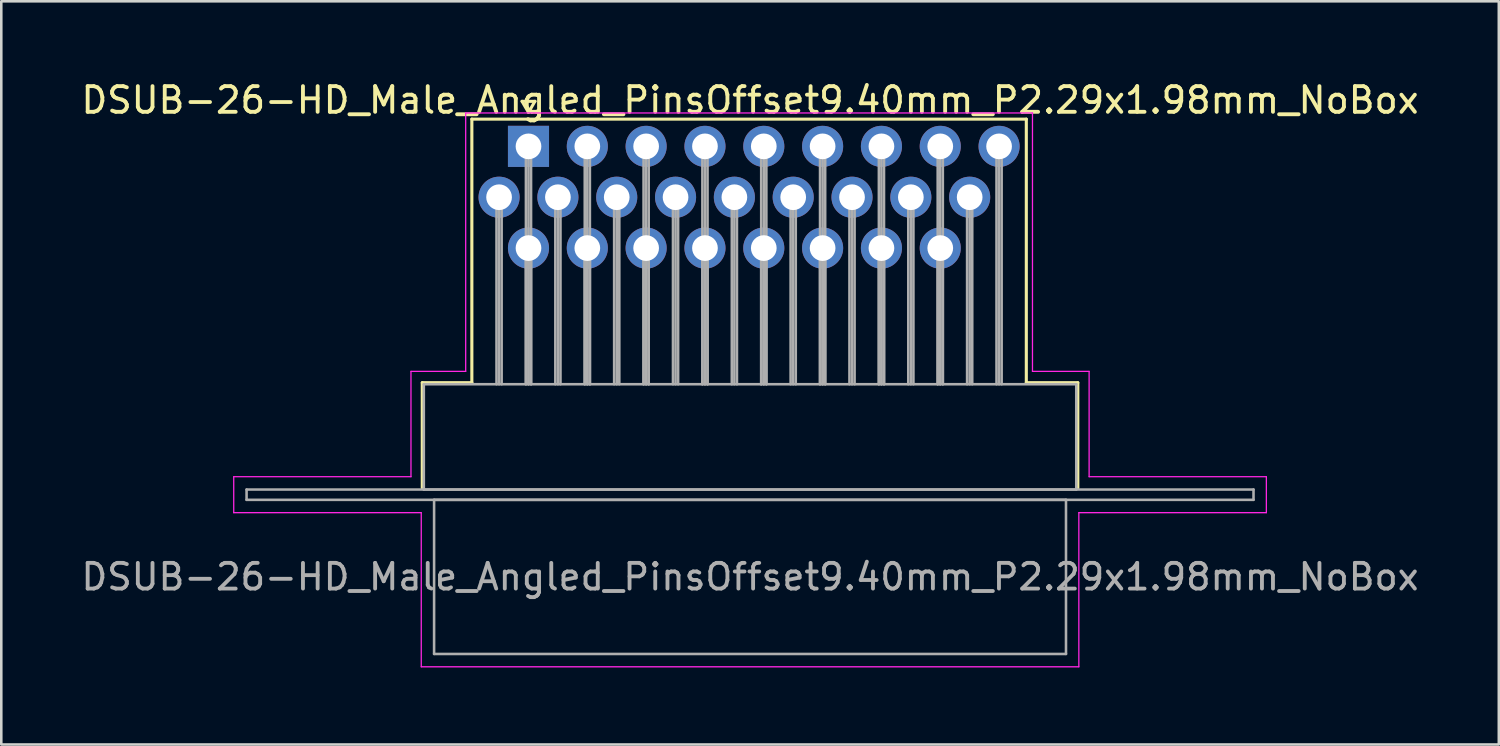
<source format=kicad_pcb>
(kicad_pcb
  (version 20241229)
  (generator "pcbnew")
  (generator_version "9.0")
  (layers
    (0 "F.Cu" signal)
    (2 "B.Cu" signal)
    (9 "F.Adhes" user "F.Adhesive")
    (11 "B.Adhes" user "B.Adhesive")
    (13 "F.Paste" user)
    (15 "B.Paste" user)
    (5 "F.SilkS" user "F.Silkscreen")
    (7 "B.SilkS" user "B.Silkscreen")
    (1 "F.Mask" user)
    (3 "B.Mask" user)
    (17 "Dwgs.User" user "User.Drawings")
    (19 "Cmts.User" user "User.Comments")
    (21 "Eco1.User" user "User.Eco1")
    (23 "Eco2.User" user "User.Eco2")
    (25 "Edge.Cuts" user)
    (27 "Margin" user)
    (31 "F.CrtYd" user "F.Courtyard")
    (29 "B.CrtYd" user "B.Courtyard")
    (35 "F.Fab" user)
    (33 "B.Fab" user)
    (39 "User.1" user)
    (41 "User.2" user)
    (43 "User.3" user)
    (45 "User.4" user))
  (footprint "DSUB-26-HD_Male_Angled_PinsOffset9.40mm_P2.29x1.98mm_NoBox"
    (layer "F.Cu")
    (at 17.524 2.648)
    (property "Reference" "DSUB-26-HD_Male_Angled_PinsOffset9.40mm_P2.29x1.98mm_NoBox" (at 8.625 -1.8 0) (layer "F.SilkS") (effects (font (size 1 1) (thickness 0.15))))
    (attr through_hole)
    (fp_line (start -4.135 9.2) (end -2.205 9.2) (stroke (width 0.12) (type solid)) (layer "F.SilkS"))
    (fp_line (start -4.135 13.3) (end -4.135 9.2) (stroke (width 0.12) (type solid)) (layer "F.SilkS"))
    (fp_line (start -2.205 -1.06) (end 19.38 -1.06) (stroke (width 0.12) (type solid)) (layer "F.SilkS"))
    (fp_line (start -2.205 9.2) (end -2.205 -1.06) (stroke (width 0.12) (type solid)) (layer "F.SilkS"))
    (fp_line (start -0.25 -1.754) (end 0.25 -1.754) (stroke (width 0.12) (type solid)) (layer "F.SilkS"))
    (fp_line (start 0 -1.321) (end -0.25 -1.754) (stroke (width 0.12) (type solid)) (layer "F.SilkS"))
    (fp_line (start 0.25 -1.754) (end 0 -1.321) (stroke (width 0.12) (type solid)) (layer "F.SilkS"))
    (fp_line (start 19.38 -1.06) (end 19.38 9.2) (stroke (width 0.12) (type solid)) (layer "F.SilkS"))
    (fp_line (start 19.38 9.2) (end 21.385 9.2) (stroke (width 0.12) (type solid)) (layer "F.SilkS"))
    (fp_line (start 21.385 9.2) (end 21.385 13.3) (stroke (width 0.12) (type solid)) (layer "F.SilkS"))
    (fp_line (start -11.475 12.86) (end -4.575 12.86) (stroke (width 0.05) (type solid)) (layer "F.CrtYd"))
    (fp_line (start -11.475 14.26) (end -11.475 12.86) (stroke (width 0.05) (type solid)) (layer "F.CrtYd"))
    (fp_line (start -4.575 8.76) (end -2.445 8.76) (stroke (width 0.05) (type solid)) (layer "F.CrtYd"))
    (fp_line (start -4.575 12.86) (end -4.575 8.76) (stroke (width 0.05) (type solid)) (layer "F.CrtYd"))
    (fp_line (start -4.175 14.26) (end -11.475 14.26) (stroke (width 0.05) (type solid)) (layer "F.CrtYd"))
    (fp_line (start -4.175 20.26) (end -4.175 14.26) (stroke (width 0.05) (type solid)) (layer "F.CrtYd"))
    (fp_line (start -2.445 -1.3) (end 19.62 -1.3) (stroke (width 0.05) (type solid)) (layer "F.CrtYd"))
    (fp_line (start -2.445 8.76) (end -2.445 -1.3) (stroke (width 0.05) (type solid)) (layer "F.CrtYd"))
    (fp_line (start 19.62 -1.3) (end 19.62 8.76) (stroke (width 0.05) (type solid)) (layer "F.CrtYd"))
    (fp_line (start 19.62 8.76) (end 21.825 8.76) (stroke (width 0.05) (type solid)) (layer "F.CrtYd"))
    (fp_line (start 21.425 14.26) (end 21.425 20.26) (stroke (width 0.05) (type solid)) (layer "F.CrtYd"))
    (fp_line (start 21.425 20.26) (end -4.175 20.26) (stroke (width 0.05) (type solid)) (layer "F.CrtYd"))
    (fp_line (start 21.825 8.76) (end 21.825 12.86) (stroke (width 0.05) (type solid)) (layer "F.CrtYd"))
    (fp_line (start 21.825 12.86) (end 28.725 12.86) (stroke (width 0.05) (type solid)) (layer "F.CrtYd"))
    (fp_line (start 28.725 12.86) (end 28.725 14.26) (stroke (width 0.05) (type solid)) (layer "F.CrtYd"))
    (fp_line (start 28.725 14.26) (end 21.425 14.26) (stroke (width 0.05) (type solid)) (layer "F.CrtYd"))
    (fp_line (start -10.975 13.36) (end -10.975 13.76) (stroke (width 0.1) (type solid)) (layer "F.Fab"))
    (fp_line (start -10.975 13.76) (end 28.225 13.76) (stroke (width 0.1) (type solid)) (layer "F.Fab"))
    (fp_line (start -4.075 9.26) (end -4.075 13.36) (stroke (width 0.1) (type solid)) (layer "F.Fab"))
    (fp_line (start -4.075 13.36) (end 21.325 13.36) (stroke (width 0.1) (type solid)) (layer "F.Fab"))
    (fp_line (start -3.675 13.76) (end -3.675 19.76) (stroke (width 0.1) (type solid)) (layer "F.Fab"))
    (fp_line (start -3.675 19.76) (end 20.925 19.76) (stroke (width 0.1) (type solid)) (layer "F.Fab"))
    (fp_line (start -1.245 1.98) (end -1.245 9.26) (stroke (width 0.1) (type solid)) (layer "F.Fab"))
    (fp_line (start -1.145 1.98) (end -1.145 9.26) (stroke (width 0.1) (type solid)) (layer "F.Fab"))
    (fp_line (start -1.045 1.98) (end -1.045 9.26) (stroke (width 0.1) (type solid)) (layer "F.Fab"))
    (fp_line (start -0.1 0) (end -0.1 9.26) (stroke (width 0.1) (type solid)) (layer "F.Fab"))
    (fp_line (start -0.1 3.96) (end -0.1 9.26) (stroke (width 0.1) (type solid)) (layer "F.Fab"))
    (fp_line (start 0 0) (end 0 9.26) (stroke (width 0.1) (type solid)) (layer "F.Fab"))
    (fp_line (start 0 3.96) (end 0 9.26) (stroke (width 0.1) (type solid)) (layer "F.Fab"))
    (fp_line (start 0.1 0) (end 0.1 9.26) (stroke (width 0.1) (type solid)) (layer "F.Fab"))
    (fp_line (start 0.1 3.96) (end 0.1 9.26) (stroke (width 0.1) (type solid)) (layer "F.Fab"))
    (fp_line (start 1.045 1.98) (end 1.045 9.26) (stroke (width 0.1) (type solid)) (layer "F.Fab"))
    (fp_line (start 1.145 1.98) (end 1.145 9.26) (stroke (width 0.1) (type solid)) (layer "F.Fab"))
    (fp_line (start 1.245 1.98) (end 1.245 9.26) (stroke (width 0.1) (type solid)) (layer "F.Fab"))
    (fp_line (start 2.19 0) (end 2.19 9.26) (stroke (width 0.1) (type solid)) (layer "F.Fab"))
    (fp_line (start 2.19 3.96) (end 2.19 9.26) (stroke (width 0.1) (type solid)) (layer "F.Fab"))
    (fp_line (start 2.29 0) (end 2.29 9.26) (stroke (width 0.1) (type solid)) (layer "F.Fab"))
    (fp_line (start 2.29 3.96) (end 2.29 9.26) (stroke (width 0.1) (type solid)) (layer "F.Fab"))
    (fp_line (start 2.39 0) (end 2.39 9.26) (stroke (width 0.1) (type solid)) (layer "F.Fab"))
    (fp_line (start 2.39 3.96) (end 2.39 9.26) (stroke (width 0.1) (type solid)) (layer "F.Fab"))
    (fp_line (start 3.335 1.98) (end 3.335 9.26) (stroke (width 0.1) (type solid)) (layer "F.Fab"))
    (fp_line (start 3.435 1.98) (end 3.435 9.26) (stroke (width 0.1) (type solid)) (layer "F.Fab"))
    (fp_line (start 3.535 1.98) (end 3.535 9.26) (stroke (width 0.1) (type solid)) (layer "F.Fab"))
    (fp_line (start 4.48 0) (end 4.48 9.26) (stroke (width 0.1) (type solid)) (layer "F.Fab"))
    (fp_line (start 4.48 3.96) (end 4.48 9.26) (stroke (width 0.1) (type solid)) (layer "F.Fab"))
    (fp_line (start 4.58 0) (end 4.58 9.26) (stroke (width 0.1) (type solid)) (layer "F.Fab"))
    (fp_line (start 4.58 3.96) (end 4.58 9.26) (stroke (width 0.1) (type solid)) (layer "F.Fab"))
    (fp_line (start 4.68 0) (end 4.68 9.26) (stroke (width 0.1) (type solid)) (layer "F.Fab"))
    (fp_line (start 4.68 3.96) (end 4.68 9.26) (stroke (width 0.1) (type solid)) (layer "F.Fab"))
    (fp_line (start 5.625 1.98) (end 5.625 9.26) (stroke (width 0.1) (type solid)) (layer "F.Fab"))
    (fp_line (start 5.725 1.98) (end 5.725 9.26) (stroke (width 0.1) (type solid)) (layer "F.Fab"))
    (fp_line (start 5.825 1.98) (end 5.825 9.26) (stroke (width 0.1) (type solid)) (layer "F.Fab"))
    (fp_line (start 6.77 0) (end 6.77 9.26) (stroke (width 0.1) (type solid)) (layer "F.Fab"))
    (fp_line (start 6.77 3.96) (end 6.77 9.26) (stroke (width 0.1) (type solid)) (layer "F.Fab"))
    (fp_line (start 6.87 0) (end 6.87 9.26) (stroke (width 0.1) (type solid)) (layer "F.Fab"))
    (fp_line (start 6.87 3.96) (end 6.87 9.26) (stroke (width 0.1) (type solid)) (layer "F.Fab"))
    (fp_line (start 6.97 0) (end 6.97 9.26) (stroke (width 0.1) (type solid)) (layer "F.Fab"))
    (fp_line (start 6.97 3.96) (end 6.97 9.26) (stroke (width 0.1) (type solid)) (layer "F.Fab"))
    (fp_line (start 7.915 1.98) (end 7.915 9.26) (stroke (width 0.1) (type solid)) (layer "F.Fab"))
    (fp_line (start 8.015 1.98) (end 8.015 9.26) (stroke (width 0.1) (type solid)) (layer "F.Fab"))
    (fp_line (start 8.115 1.98) (end 8.115 9.26) (stroke (width 0.1) (type solid)) (layer "F.Fab"))
    (fp_line (start 9.06 0) (end 9.06 9.26) (stroke (width 0.1) (type solid)) (layer "F.Fab"))
    (fp_line (start 9.06 3.96) (end 9.06 9.26) (stroke (width 0.1) (type solid)) (layer "F.Fab"))
    (fp_line (start 9.16 0) (end 9.16 9.26) (stroke (width 0.1) (type solid)) (layer "F.Fab"))
    (fp_line (start 9.16 3.96) (end 9.16 9.26) (stroke (width 0.1) (type solid)) (layer "F.Fab"))
    (fp_line (start 9.26 0) (end 9.26 9.26) (stroke (width 0.1) (type solid)) (layer "F.Fab"))
    (fp_line (start 9.26 3.96) (end 9.26 9.26) (stroke (width 0.1) (type solid)) (layer "F.Fab"))
    (fp_line (start 10.205 1.98) (end 10.205 9.26) (stroke (width 0.1) (type solid)) (layer "F.Fab"))
    (fp_line (start 10.305 1.98) (end 10.305 9.26) (stroke (width 0.1) (type solid)) (layer "F.Fab"))
    (fp_line (start 10.405 1.98) (end 10.405 9.26) (stroke (width 0.1) (type solid)) (layer "F.Fab"))
    (fp_line (start 11.35 0) (end 11.35 9.26) (stroke (width 0.1) (type solid)) (layer "F.Fab"))
    (fp_line (start 11.35 3.96) (end 11.35 9.26) (stroke (width 0.1) (type solid)) (layer "F.Fab"))
    (fp_line (start 11.45 0) (end 11.45 9.26) (stroke (width 0.1) (type solid)) (layer "F.Fab"))
    (fp_line (start 11.45 3.96) (end 11.45 9.26) (stroke (width 0.1) (type solid)) (layer "F.Fab"))
    (fp_line (start 11.55 0) (end 11.55 9.26) (stroke (width 0.1) (type solid)) (layer "F.Fab"))
    (fp_line (start 11.55 3.96) (end 11.55 9.26) (stroke (width 0.1) (type solid)) (layer "F.Fab"))
    (fp_line (start 12.495 1.98) (end 12.495 9.26) (stroke (width 0.1) (type solid)) (layer "F.Fab"))
    (fp_line (start 12.595 1.98) (end 12.595 9.26) (stroke (width 0.1) (type solid)) (layer "F.Fab"))
    (fp_line (start 12.695 1.98) (end 12.695 9.26) (stroke (width 0.1) (type solid)) (layer "F.Fab"))
    (fp_line (start 13.64 0) (end 13.64 9.26) (stroke (width 0.1) (type solid)) (layer "F.Fab"))
    (fp_line (start 13.64 3.96) (end 13.64 9.26) (stroke (width 0.1) (type solid)) (layer "F.Fab"))
    (fp_line (start 13.74 0) (end 13.74 9.26) (stroke (width 0.1) (type solid)) (layer "F.Fab"))
    (fp_line (start 13.74 3.96) (end 13.74 9.26) (stroke (width 0.1) (type solid)) (layer "F.Fab"))
    (fp_line (start 13.84 0) (end 13.84 9.26) (stroke (width 0.1) (type solid)) (layer "F.Fab"))
    (fp_line (start 13.84 3.96) (end 13.84 9.26) (stroke (width 0.1) (type solid)) (layer "F.Fab"))
    (fp_line (start 14.785 1.98) (end 14.785 9.26) (stroke (width 0.1) (type solid)) (layer "F.Fab"))
    (fp_line (start 14.885 1.98) (end 14.885 9.26) (stroke (width 0.1) (type solid)) (layer "F.Fab"))
    (fp_line (start 14.985 1.98) (end 14.985 9.26) (stroke (width 0.1) (type solid)) (layer "F.Fab"))
    (fp_line (start 15.93 0) (end 15.93 9.26) (stroke (width 0.1) (type solid)) (layer "F.Fab"))
    (fp_line (start 15.93 3.96) (end 15.93 9.26) (stroke (width 0.1) (type solid)) (layer "F.Fab"))
    (fp_line (start 16.03 0) (end 16.03 9.26) (stroke (width 0.1) (type solid)) (layer "F.Fab"))
    (fp_line (start 16.03 3.96) (end 16.03 9.26) (stroke (width 0.1) (type solid)) (layer "F.Fab"))
    (fp_line (start 16.13 0) (end 16.13 9.26) (stroke (width 0.1) (type solid)) (layer "F.Fab"))
    (fp_line (start 16.13 3.96) (end 16.13 9.26) (stroke (width 0.1) (type solid)) (layer "F.Fab"))
    (fp_line (start 17.075 1.98) (end 17.075 9.26) (stroke (width 0.1) (type solid)) (layer "F.Fab"))
    (fp_line (start 17.175 1.98) (end 17.175 9.26) (stroke (width 0.1) (type solid)) (layer "F.Fab"))
    (fp_line (start 17.275 1.98) (end 17.275 9.26) (stroke (width 0.1) (type solid)) (layer "F.Fab"))
    (fp_line (start 18.22 0) (end 18.22 9.26) (stroke (width 0.1) (type solid)) (layer "F.Fab"))
    (fp_line (start 18.32 0) (end 18.32 9.26) (stroke (width 0.1) (type solid)) (layer "F.Fab"))
    (fp_line (start 18.42 0) (end 18.42 9.26) (stroke (width 0.1) (type solid)) (layer "F.Fab"))
    (fp_line (start 20.925 13.76) (end -3.675 13.76) (stroke (width 0.1) (type solid)) (layer "F.Fab"))
    (fp_line (start 20.925 19.76) (end 20.925 13.76) (stroke (width 0.1) (type solid)) (layer "F.Fab"))
    (fp_line (start 21.325 9.26) (end -4.075 9.26) (stroke (width 0.1) (type solid)) (layer "F.Fab"))
    (fp_line (start 21.325 13.36) (end 21.325 9.26) (stroke (width 0.1) (type solid)) (layer "F.Fab"))
    (fp_line (start 28.225 13.36) (end -10.975 13.36) (stroke (width 0.1) (type solid)) (layer "F.Fab"))
    (fp_line (start 28.225 13.76) (end 28.225 13.36) (stroke (width 0.1) (type solid)) (layer "F.Fab"))
    (fp_text user "${REFERENCE}" (at 8.625 16.76 0) (layer "F.Fab") (effects (font (size 1 1) (thickness 0.15))))
    (pad "1" thru_hole rect (at 0 0) (size 1.6 1.6) (drill 1) (layers "*.Cu" "*.Mask"))
    (pad "2" thru_hole circle (at 2.29 0) (size 1.6 1.6) (drill 1) (layers "*.Cu" "*.Mask"))
    (pad "3" thru_hole circle (at 4.58 0) (size 1.6 1.6) (drill 1) (layers "*.Cu" "*.Mask"))
    (pad "4" thru_hole circle (at 6.87 0) (size 1.6 1.6) (drill 1) (layers "*.Cu" "*.Mask"))
    (pad "5" thru_hole circle (at 9.16 0) (size 1.6 1.6) (drill 1) (layers "*.Cu" "*.Mask"))
    (pad "6" thru_hole circle (at 11.45 0) (size 1.6 1.6) (drill 1) (layers "*.Cu" "*.Mask"))
    (pad "7" thru_hole circle (at 13.74 0) (size 1.6 1.6) (drill 1) (layers "*.Cu" "*.Mask"))
    (pad "8" thru_hole circle (at 16.03 0) (size 1.6 1.6) (drill 1) (layers "*.Cu" "*.Mask"))
    (pad "9" thru_hole circle (at 18.32 0) (size 1.6 1.6) (drill 1) (layers "*.Cu" "*.Mask"))
    (pad "10" thru_hole circle (at -1.145 1.98) (size 1.6 1.6) (drill 1) (layers "*.Cu" "*.Mask"))
    (pad "11" thru_hole circle (at 1.145 1.98) (size 1.6 1.6) (drill 1) (layers "*.Cu" "*.Mask"))
    (pad "12" thru_hole circle (at 3.435 1.98) (size 1.6 1.6) (drill 1) (layers "*.Cu" "*.Mask"))
    (pad "13" thru_hole circle (at 5.725 1.98) (size 1.6 1.6) (drill 1) (layers "*.Cu" "*.Mask"))
    (pad "14" thru_hole circle (at 8.015 1.98) (size 1.6 1.6) (drill 1) (layers "*.Cu" "*.Mask"))
    (pad "15" thru_hole circle (at 10.305 1.98) (size 1.6 1.6) (drill 1) (layers "*.Cu" "*.Mask"))
    (pad "16" thru_hole circle (at 12.595 1.98) (size 1.6 1.6) (drill 1) (layers "*.Cu" "*.Mask"))
    (pad "17" thru_hole circle (at 14.885 1.98) (size 1.6 1.6) (drill 1) (layers "*.Cu" "*.Mask"))
    (pad "18" thru_hole circle (at 17.175 1.98) (size 1.6 1.6) (drill 1) (layers "*.Cu" "*.Mask"))
    (pad "19" thru_hole circle (at 0 3.96) (size 1.6 1.6) (drill 1) (layers "*.Cu" "*.Mask"))
    (pad "20" thru_hole circle (at 2.29 3.96) (size 1.6 1.6) (drill 1) (layers "*.Cu" "*.Mask"))
    (pad "21" thru_hole circle (at 4.58 3.96) (size 1.6 1.6) (drill 1) (layers "*.Cu" "*.Mask"))
    (pad "22" thru_hole circle (at 6.87 3.96) (size 1.6 1.6) (drill 1) (layers "*.Cu" "*.Mask"))
    (pad "23" thru_hole circle (at 9.16 3.96) (size 1.6 1.6) (drill 1) (layers "*.Cu" "*.Mask"))
    (pad "24" thru_hole circle (at 11.45 3.96) (size 1.6 1.6) (drill 1) (layers "*.Cu" "*.Mask"))
    (pad "25" thru_hole circle (at 13.74 3.96) (size 1.6 1.6) (drill 1) (layers "*.Cu" "*.Mask"))
    (pad "26" thru_hole circle (at 16.03 3.96) (size 1.6 1.6) (drill 1) (layers "*.Cu" "*.Mask")))
  (gr_rect
    (start -3 -3)
    (end 55.298 25.933)
    (stroke (width 0.1) (type default))
    (fill no)
    (layer "Edge.Cuts")))
</source>
